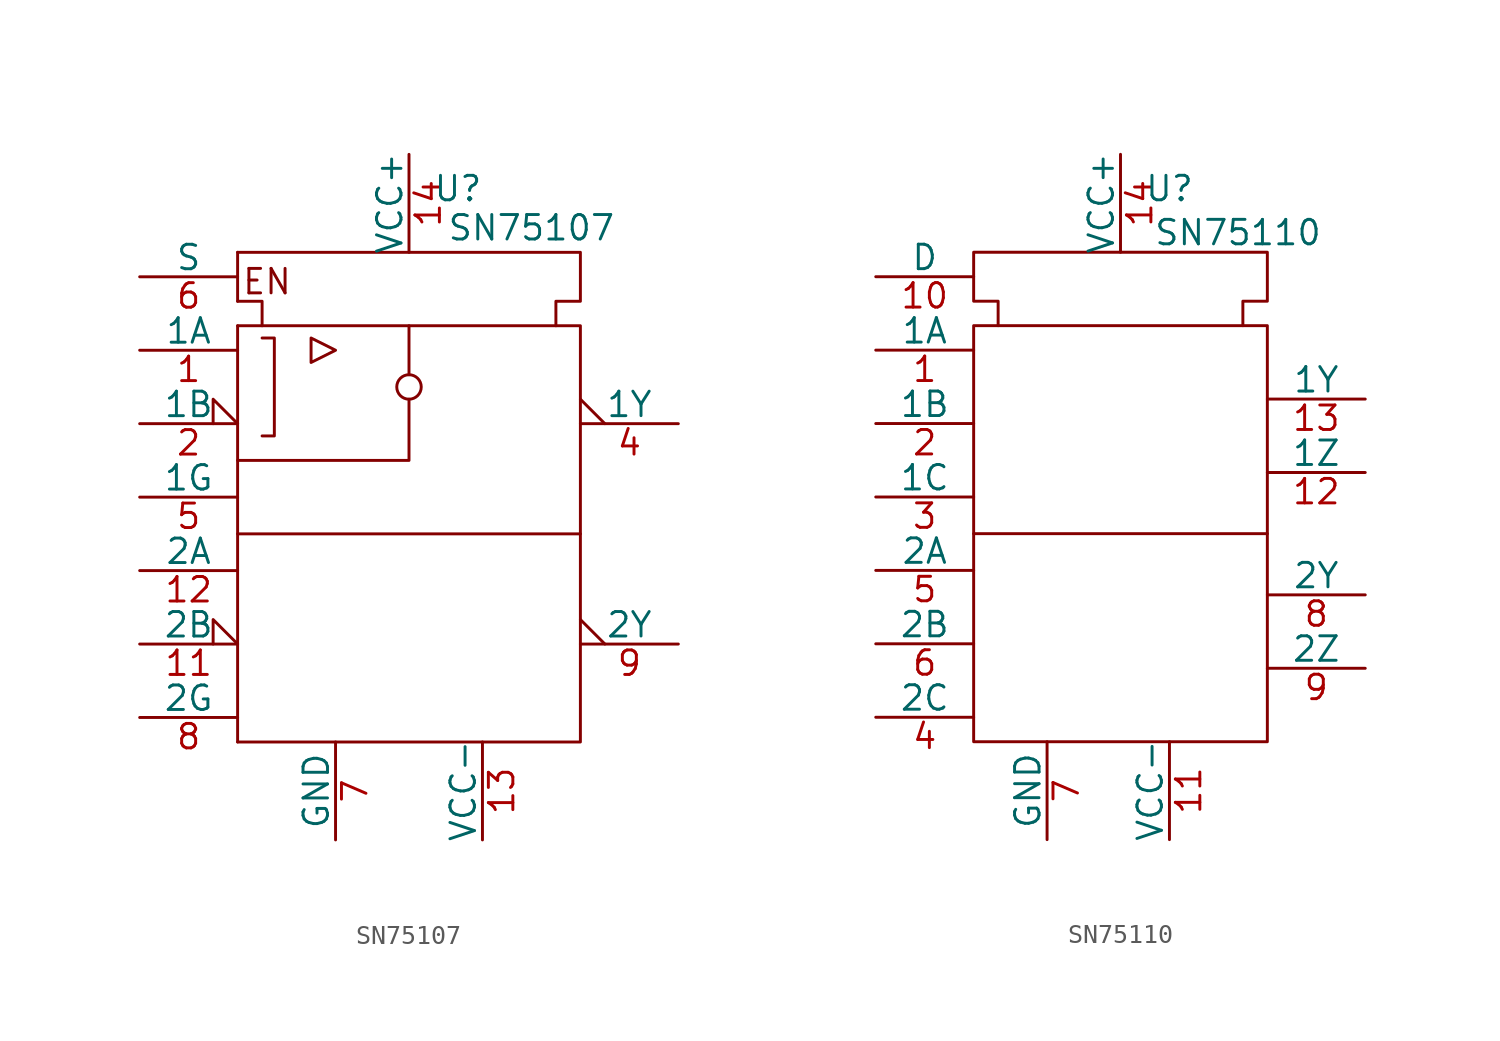
<source format=kicad_sym>
(kicad_symbol_lib
  (version 20231120)
  (generator "kicad_symbol_editor")
  (generator_version "8.0")
  (symbol "SN75107"
    (pin_names
      (offset 0))
    (property "Reference" "U"
      (at 2.54 16.002 0)
      (effects (font (size 1.27 1.27))))
    (property "Value" "SN75107"
      (at 6.35 13.97 0)
      (effects (font (size 1.27 1.27))))
    (symbol "SN75107_0_1"
      (polyline (pts (xy -8.89 -1.905) (xy 8.89 -1.905)) (stroke (width 0) (type default)) (fill (type none)))
      (polyline (pts (xy -8.89 8.89) (xy -8.89 -12.7)) (stroke (width 0) (type default)) (fill (type none)))
      (polyline (pts (xy -8.89 12.7) (xy -8.89 10.16)) (stroke (width 0) (type default)) (fill (type none)))
      (polyline (pts (xy -7.62 8.89) (xy 7.62 8.89)) (stroke (width 0) (type default)) (fill (type none)))
      (polyline (pts (xy 0 6.35) (xy 0 8.89)) (stroke (width 0) (type default)) (fill (type none)))
      (polyline (pts (xy 0 5.08) (xy 0 1.905) (xy -8.89 1.905)) (stroke (width 0) (type default)) (fill (type none)))
      (polyline (pts (xy -8.89 10.16) (xy -7.62 10.16) (xy -7.62 8.89) (xy -8.89 8.89)) (stroke (width 0) (type default)) (fill (type none)))
      (polyline (pts (xy -5.08 8.255) (xy -5.08 6.985) (xy -3.81 7.62) (xy -5.08 8.255)) (stroke (width 0) (type default)) (fill (type none)))
      (polyline (pts (xy -8.89 12.7) (xy 8.89 12.7) (xy 8.89 10.16) (xy 7.62 10.16) (xy 7.62 8.89) (xy 8.89 8.89) (xy 8.89 -12.7) (xy -8.89 -12.7)) (stroke (width 0) (type default)) (fill (type none)))
      (circle (center 0 5.715) (radius 0.635) (stroke (width 0) (type default)) (fill (type none))))
    (symbol "SN75107_1_0"
      (pin no_connect non_logic (at -6.35 -8.89 180) (length 0) hide (name "" (effects (font (size 0 0)))) (number "10" (effects (font (size 0 0)))))
      (pin no_connect non_logic (at -6.35 -10.16 180) (length 0) hide (name "" (effects (font (size 0 0)))) (number "3" (effects (font (size 0 0))))))
    (symbol "SN75107_1_1"
      (polyline (pts (xy -7.62 8.255) (xy -6.985 8.255) (xy -6.985 3.175) (xy -7.62 3.175)) (stroke (width 0) (type default)) (fill (type none)))
      (text "EN" (at -7.366 11.176 0) (effects (font (size 1.27 1.27))))
      (pin input line (at -13.97 7.62 0) (length 5.08) (name "1A" (effects (font (size 1.27 1.27)))) (number "1" (effects (font (size 1.27 1.27)))))
      (pin input input_low (at -13.97 -7.62 0) (length 5.08) (name "2B" (effects (font (size 1.27 1.27)))) (number "11" (effects (font (size 1.27 1.27)))))
      (pin input line (at -13.97 -3.81 0) (length 5.08) (name "2A" (effects (font (size 1.27 1.27)))) (number "12" (effects (font (size 1.27 1.27)))))
      (pin power_in line (at 3.81 -17.78 90) (length 5.08) (name "VCC-" (effects (font (size 1.27 1.27)))) (number "13" (effects (font (size 1.27 1.27)))))
      (pin power_in line (at 0 17.78 270) (length 5.08) (name "VCC+" (effects (font (size 1.27 1.27)))) (number "14" (effects (font (size 1.27 1.27)))))
      (pin input input_low (at -13.97 3.81 0) (length 5.08) (name "1B" (effects (font (size 1.27 1.27)))) (number "2" (effects (font (size 1.27 1.27)))))
      (pin output output_low (at 13.97 3.81 180) (length 5.08) (name "1Y" (effects (font (size 1.27 1.27)))) (number "4" (effects (font (size 1.27 1.27)))))
      (pin input line (at -13.97 0 0) (length 5.08) (name "1G" (effects (font (size 1.27 1.27)))) (number "5" (effects (font (size 1.27 1.27)))))
      (pin input line (at -13.97 11.43 0) (length 5.08) (name "S" (effects (font (size 1.27 1.27)))) (number "6" (effects (font (size 1.27 1.27)))))
      (pin power_in line (at -3.81 -17.78 90) (length 5.08) (name "GND" (effects (font (size 1.27 1.27)))) (number "7" (effects (font (size 1.27 1.27)))))
      (pin input line (at -13.97 -11.43 0) (length 5.08) (name "2G" (effects (font (size 1.27 1.27)))) (number "8" (effects (font (size 1.27 1.27)))))
      (pin output output_low (at 13.97 -7.62 180) (length 5.08) (name "2Y" (effects (font (size 1.27 1.27)))) (number "9" (effects (font (size 1.27 1.27)))))))
  (symbol "SN75110"
    (pin_names
      (offset 0))
    (property "Reference" "U"
      (at 2.54 16.002 0)
      (effects (font (size 1.27 1.27))))
    (property "Value" "SN75110"
      (at 6.096 13.716 0)
      (effects (font (size 1.27 1.27))))
    (symbol "SN75110_0_1"
      (polyline (pts (xy -7.62 -1.905) (xy 7.62 -1.905)) (stroke (width 0) (type default)) (fill (type none)))
      (polyline (pts (xy -6.35 8.89) (xy 6.35 8.89)) (stroke (width 0) (type default)) (fill (type none)))
      (polyline (pts (xy -7.62 12.7) (xy 7.62 12.7) (xy 7.62 10.16) (xy 6.35 10.16) (xy 6.35 8.89) (xy 7.62 8.89) (xy 7.62 -12.7) (xy -7.62 -12.7) (xy -7.62 8.89) (xy -6.35 8.89) (xy -6.35 10.16) (xy -7.62 10.16) (xy -7.62 12.7)) (stroke (width 0) (type default)) (fill (type none))))
    (symbol "SN75110_1_1"
      (pin input line (at -12.7 7.62 0) (length 5.08) (name "1A" (effects (font (size 1.27 1.27)))) (number "1" (effects (font (size 1.27 1.27)))))
      (pin input line (at -12.7 11.43 0) (length 5.08) (name "D" (effects (font (size 1.27 1.27)))) (number "10" (effects (font (size 1.27 1.27)))))
      (pin power_in line (at 2.54 -17.78 90) (length 5.08) (name "VCC-" (effects (font (size 1.27 1.27)))) (number "11" (effects (font (size 1.27 1.27)))))
      (pin output line (at 12.7 1.27 180) (length 5.08) (name "1Z" (effects (font (size 1.27 1.27)))) (number "12" (effects (font (size 1.27 1.27)))))
      (pin output line (at 12.7 5.08 180) (length 5.08) (name "1Y" (effects (font (size 1.27 1.27)))) (number "13" (effects (font (size 1.27 1.27)))))
      (pin power_in line (at 0 17.78 270) (length 5.08) (name "VCC+" (effects (font (size 1.27 1.27)))) (number "14" (effects (font (size 1.27 1.27)))))
      (pin input line (at -12.7 3.81 0) (length 5.08) (name "1B" (effects (font (size 1.27 1.27)))) (number "2" (effects (font (size 1.27 1.27)))))
      (pin input line (at -12.7 0 0) (length 5.08) (name "1C" (effects (font (size 1.27 1.27)))) (number "3" (effects (font (size 1.27 1.27)))))
      (pin input line (at -12.7 -11.43 0) (length 5.08) (name "2C" (effects (font (size 1.27 1.27)))) (number "4" (effects (font (size 1.27 1.27)))))
      (pin input line (at -12.7 -3.81 0) (length 5.08) (name "2A" (effects (font (size 1.27 1.27)))) (number "5" (effects (font (size 1.27 1.27)))))
      (pin input line (at -12.7 -7.62 0) (length 5.08) (name "2B" (effects (font (size 1.27 1.27)))) (number "6" (effects (font (size 1.27 1.27)))))
      (pin power_in line (at -3.81 -17.78 90) (length 5.08) (name "GND" (effects (font (size 1.27 1.27)))) (number "7" (effects (font (size 1.27 1.27)))))
      (pin output line (at 12.7 -5.08 180) (length 5.08) (name "2Y" (effects (font (size 1.27 1.27)))) (number "8" (effects (font (size 1.27 1.27)))))
      (pin output line (at 12.7 -8.89 180) (length 5.08) (name "2Z" (effects (font (size 1.27 1.27)))) (number "9" (effects (font (size 1.27 1.27))))))))
</source>
